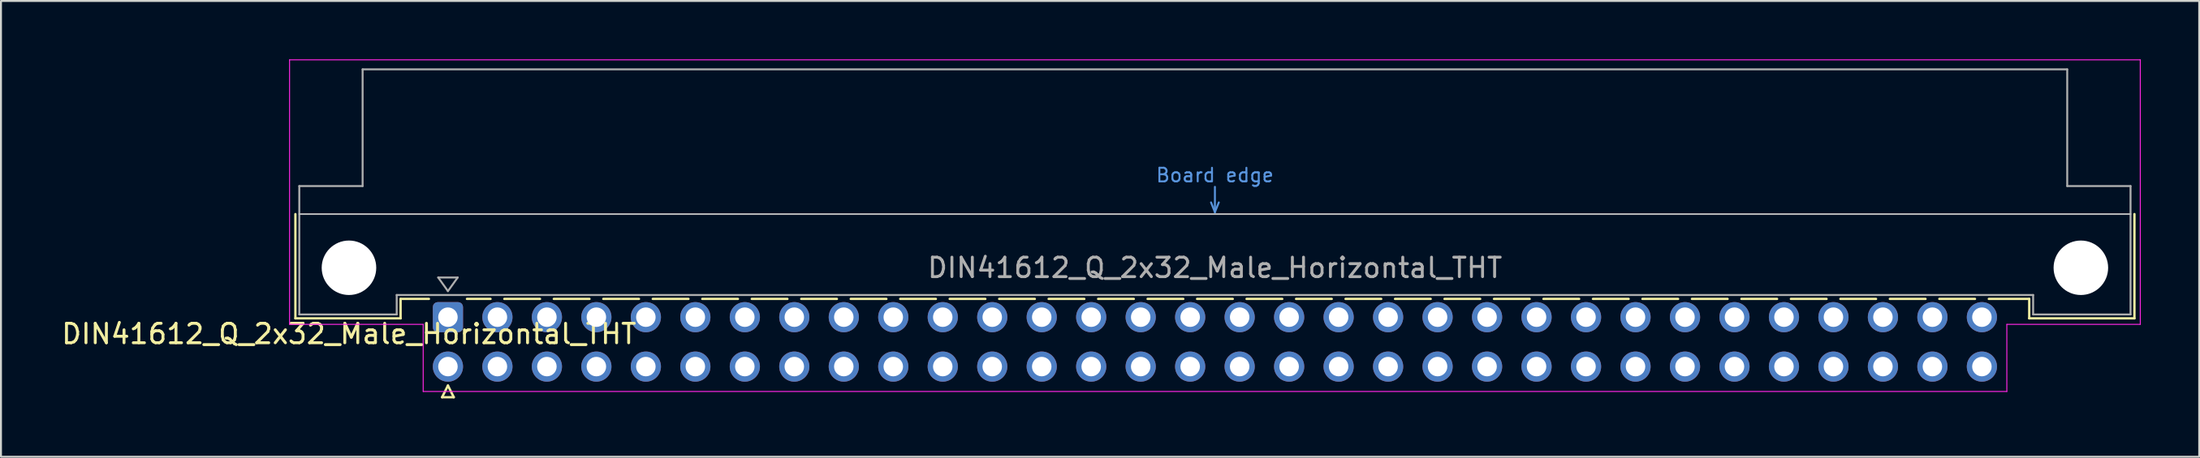
<source format=kicad_pcb>
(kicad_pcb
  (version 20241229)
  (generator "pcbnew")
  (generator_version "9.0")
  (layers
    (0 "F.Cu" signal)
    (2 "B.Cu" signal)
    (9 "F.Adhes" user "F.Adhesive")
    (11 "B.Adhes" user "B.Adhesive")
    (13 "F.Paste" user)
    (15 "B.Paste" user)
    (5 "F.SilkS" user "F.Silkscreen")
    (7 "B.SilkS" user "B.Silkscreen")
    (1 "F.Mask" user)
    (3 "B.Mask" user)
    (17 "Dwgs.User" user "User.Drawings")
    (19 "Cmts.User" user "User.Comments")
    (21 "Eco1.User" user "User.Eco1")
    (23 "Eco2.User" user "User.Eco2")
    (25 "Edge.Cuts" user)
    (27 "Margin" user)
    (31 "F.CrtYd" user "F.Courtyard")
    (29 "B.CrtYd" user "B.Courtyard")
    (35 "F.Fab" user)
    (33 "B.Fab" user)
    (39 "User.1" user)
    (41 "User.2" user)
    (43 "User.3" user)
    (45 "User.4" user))
  (footprint "DIN41612_Q_2x32_Male_Horizontal_THT"
    (layer "F.Cu")
    (at 19.943 13.255)
    (property "Reference" "DIN41612_Q_2x32_Male_Horizontal_THT" (at -5.08 0.86 0) (layer "F.SilkS") (effects (font (size 1 1) (thickness 0.15))))
    (attr through_hole)
    (fp_line (start -7.83 -5.3) (end -7.83 0.06) (stroke (width 0.12) (type solid)) (layer "F.SilkS"))
    (fp_line (start -7.83 0.06) (end -2.43 0.06) (stroke (width 0.12) (type solid)) (layer "F.SilkS"))
    (fp_line (start -2.431 -0.94) (end -0.976 -0.94) (stroke (width 0.12) (type solid)) (layer "F.SilkS"))
    (fp_line (start -2.43 0.06) (end -2.43 -0.94) (stroke (width 0.12) (type solid)) (layer "F.SilkS"))
    (fp_line (start -0.3 4.115) (end 0.3 4.115) (stroke (width 0.12) (type solid)) (layer "F.SilkS"))
    (fp_line (start 0 3.515) (end -0.3 4.115) (stroke (width 0.12) (type solid)) (layer "F.SilkS"))
    (fp_line (start 0.3 4.115) (end 0 3.515) (stroke (width 0.12) (type solid)) (layer "F.SilkS"))
    (fp_line (start 0.976 -0.94) (end 2.186 -0.94) (stroke (width 0.12) (type solid)) (layer "F.SilkS"))
    (fp_line (start 2.895 -0.94) (end 4.726 -0.94) (stroke (width 0.12) (type solid)) (layer "F.SilkS"))
    (fp_line (start 5.435 -0.94) (end 7.266 -0.94) (stroke (width 0.12) (type solid)) (layer "F.SilkS"))
    (fp_line (start 7.975 -0.94) (end 9.806 -0.94) (stroke (width 0.12) (type solid)) (layer "F.SilkS"))
    (fp_line (start 10.515 -0.94) (end 12.346 -0.94) (stroke (width 0.12) (type solid)) (layer "F.SilkS"))
    (fp_line (start 13.055 -0.94) (end 14.886 -0.94) (stroke (width 0.12) (type solid)) (layer "F.SilkS"))
    (fp_line (start 15.595 -0.94) (end 17.426 -0.94) (stroke (width 0.12) (type solid)) (layer "F.SilkS"))
    (fp_line (start 18.135 -0.94) (end 19.966 -0.94) (stroke (width 0.12) (type solid)) (layer "F.SilkS"))
    (fp_line (start 20.675 -0.94) (end 22.506 -0.94) (stroke (width 0.12) (type solid)) (layer "F.SilkS"))
    (fp_line (start 23.215 -0.94) (end 25.046 -0.94) (stroke (width 0.12) (type solid)) (layer "F.SilkS"))
    (fp_line (start 25.755 -0.94) (end 27.586 -0.94) (stroke (width 0.12) (type solid)) (layer "F.SilkS"))
    (fp_line (start 28.295 -0.94) (end 30.126 -0.94) (stroke (width 0.12) (type solid)) (layer "F.SilkS"))
    (fp_line (start 30.835 -0.94) (end 32.666 -0.94) (stroke (width 0.12) (type solid)) (layer "F.SilkS"))
    (fp_line (start 33.375 -0.94) (end 35.206 -0.94) (stroke (width 0.12) (type solid)) (layer "F.SilkS"))
    (fp_line (start 35.915 -0.94) (end 37.746 -0.94) (stroke (width 0.12) (type solid)) (layer "F.SilkS"))
    (fp_line (start 38.455 -0.94) (end 40.286 -0.94) (stroke (width 0.12) (type solid)) (layer "F.SilkS"))
    (fp_line (start 40.995 -0.94) (end 42.826 -0.94) (stroke (width 0.12) (type solid)) (layer "F.SilkS"))
    (fp_line (start 43.535 -0.94) (end 45.366 -0.94) (stroke (width 0.12) (type solid)) (layer "F.SilkS"))
    (fp_line (start 46.075 -0.94) (end 47.906 -0.94) (stroke (width 0.12) (type solid)) (layer "F.SilkS"))
    (fp_line (start 48.615 -0.94) (end 50.446 -0.94) (stroke (width 0.12) (type solid)) (layer "F.SilkS"))
    (fp_line (start 51.155 -0.94) (end 52.986 -0.94) (stroke (width 0.12) (type solid)) (layer "F.SilkS"))
    (fp_line (start 53.695 -0.94) (end 55.526 -0.94) (stroke (width 0.12) (type solid)) (layer "F.SilkS"))
    (fp_line (start 56.235 -0.94) (end 58.066 -0.94) (stroke (width 0.12) (type solid)) (layer "F.SilkS"))
    (fp_line (start 58.775 -0.94) (end 60.606 -0.94) (stroke (width 0.12) (type solid)) (layer "F.SilkS"))
    (fp_line (start 61.315 -0.94) (end 63.146 -0.94) (stroke (width 0.12) (type solid)) (layer "F.SilkS"))
    (fp_line (start 63.855 -0.94) (end 65.686 -0.94) (stroke (width 0.12) (type solid)) (layer "F.SilkS"))
    (fp_line (start 66.395 -0.94) (end 68.226 -0.94) (stroke (width 0.12) (type solid)) (layer "F.SilkS"))
    (fp_line (start 68.935 -0.94) (end 70.766 -0.94) (stroke (width 0.12) (type solid)) (layer "F.SilkS"))
    (fp_line (start 71.475 -0.94) (end 73.306 -0.94) (stroke (width 0.12) (type solid)) (layer "F.SilkS"))
    (fp_line (start 74.015 -0.94) (end 75.846 -0.94) (stroke (width 0.12) (type solid)) (layer "F.SilkS"))
    (fp_line (start 76.555 -0.94) (end 78.386 -0.94) (stroke (width 0.12) (type solid)) (layer "F.SilkS"))
    (fp_line (start 79.095 -0.94) (end 81.17 -0.94) (stroke (width 0.12) (type solid)) (layer "F.SilkS"))
    (fp_line (start 81.17 0.06) (end 81.17 -0.94) (stroke (width 0.12) (type solid)) (layer "F.SilkS"))
    (fp_line (start 86.57 -5.3) (end 86.57 0.06) (stroke (width 0.12) (type solid)) (layer "F.SilkS"))
    (fp_line (start 86.57 0.06) (end 81.17 0.06) (stroke (width 0.12) (type solid)) (layer "F.SilkS"))
    (fp_line (start -7.63 -5.3) (end 86.37 -5.3) (stroke (width 0.08) (type solid)) (layer "Dwgs.User"))
    (fp_line (start 39.17 -5.9) (end 39.37 -5.4) (stroke (width 0.1) (type solid)) (layer "Cmts.User"))
    (fp_line (start 39.37 -5.4) (end 39.37 -6.7) (stroke (width 0.1) (type solid)) (layer "Cmts.User"))
    (fp_line (start 39.37 -5.4) (end 39.57 -5.9) (stroke (width 0.1) (type solid)) (layer "Cmts.User"))
    (fp_line (start -8.13 -13.23) (end -8.13 0.37) (stroke (width 0.05) (type solid)) (layer "F.CrtYd"))
    (fp_line (start -8.13 0.37) (end -1.27 0.37) (stroke (width 0.05) (type solid)) (layer "F.CrtYd"))
    (fp_line (start -1.27 0.37) (end -1.27 3.82) (stroke (width 0.05) (type solid)) (layer "F.CrtYd"))
    (fp_line (start -1.27 3.82) (end 80.02 3.82) (stroke (width 0.05) (type solid)) (layer "F.CrtYd"))
    (fp_line (start 80.02 0.37) (end 86.87 0.37) (stroke (width 0.05) (type solid)) (layer "F.CrtYd"))
    (fp_line (start 80.02 3.82) (end 80.02 0.37) (stroke (width 0.05) (type solid)) (layer "F.CrtYd"))
    (fp_line (start 86.87 -13.23) (end -8.13 -13.23) (stroke (width 0.05) (type solid)) (layer "F.CrtYd"))
    (fp_line (start 86.87 0.37) (end 86.87 -13.23) (stroke (width 0.05) (type solid)) (layer "F.CrtYd"))
    (fp_line (start -7.63 -6.74) (end -7.63 -0.14) (stroke (width 0.1) (type solid)) (layer "F.Fab"))
    (fp_line (start -7.63 -0.14) (end -2.63 -0.14) (stroke (width 0.1) (type solid)) (layer "F.Fab"))
    (fp_line (start -4.38 -12.74) (end -4.38 -6.74) (stroke (width 0.1) (type solid)) (layer "F.Fab"))
    (fp_line (start -4.38 -6.74) (end -7.63 -6.74) (stroke (width 0.1) (type solid)) (layer "F.Fab"))
    (fp_line (start -2.63 -1.14) (end 81.37 -1.14) (stroke (width 0.1) (type solid)) (layer "F.Fab"))
    (fp_line (start -2.63 -0.14) (end -2.63 -1.14) (stroke (width 0.1) (type solid)) (layer "F.Fab"))
    (fp_line (start -0.5 -2.04) (end 0.5 -2.04) (stroke (width 0.1) (type solid)) (layer "F.Fab"))
    (fp_line (start 0 -1.34) (end -0.5 -2.04) (stroke (width 0.1) (type solid)) (layer "F.Fab"))
    (fp_line (start 0.5 -2.04) (end 0 -1.34) (stroke (width 0.1) (type solid)) (layer "F.Fab"))
    (fp_line (start 81.37 -1.14) (end 81.37 -0.14) (stroke (width 0.1) (type solid)) (layer "F.Fab"))
    (fp_line (start 81.37 -0.14) (end 86.37 -0.14) (stroke (width 0.1) (type solid)) (layer "F.Fab"))
    (fp_line (start 83.12 -12.74) (end -4.38 -12.74) (stroke (width 0.1) (type solid)) (layer "F.Fab"))
    (fp_line (start 83.12 -6.74) (end 83.12 -12.74) (stroke (width 0.1) (type solid)) (layer "F.Fab"))
    (fp_line (start 86.37 -6.74) (end 83.12 -6.74) (stroke (width 0.1) (type solid)) (layer "F.Fab"))
    (fp_line (start 86.37 -0.14) (end 86.37 -6.74) (stroke (width 0.1) (type solid)) (layer "F.Fab"))
    (fp_text user "Board edge" (at 39.37 -7.3 0) (layer "Cmts.User") (effects (font (size 0.7 0.7) (thickness 0.1))))
    (fp_text user "${REFERENCE}" (at 39.37 -2.54 0) (layer "F.Fab") (effects (font (size 1 1) (thickness 0.15))))
    (pad "" np_thru_hole circle (at -5.08 -2.54) (size 2.8 2.8) (drill 2.8) (layers "*.Cu" "*.Mask"))
    (pad "" np_thru_hole circle (at 83.82 -2.54) (size 2.8 2.8) (drill 2.8) (layers "*.Cu" "*.Mask"))
    (pad "a1" thru_hole roundrect (at 0 0) (size 1.55 1.55) (drill 1) (layers "*.Cu" "*.Mask") (roundrect_rratio 0.161))
    (pad "a2" thru_hole circle (at 2.54 0) (size 1.55 1.55) (drill 1) (layers "*.Cu" "*.Mask"))
    (pad "a3" thru_hole circle (at 5.08 0) (size 1.55 1.55) (drill 1) (layers "*.Cu" "*.Mask"))
    (pad "a4" thru_hole circle (at 7.62 0) (size 1.55 1.55) (drill 1) (layers "*.Cu" "*.Mask"))
    (pad "a5" thru_hole circle (at 10.16 0) (size 1.55 1.55) (drill 1) (layers "*.Cu" "*.Mask"))
    (pad "a6" thru_hole circle (at 12.7 0) (size 1.55 1.55) (drill 1) (layers "*.Cu" "*.Mask"))
    (pad "a7" thru_hole circle (at 15.24 0) (size 1.55 1.55) (drill 1) (layers "*.Cu" "*.Mask"))
    (pad "a8" thru_hole circle (at 17.78 0) (size 1.55 1.55) (drill 1) (layers "*.Cu" "*.Mask"))
    (pad "a9" thru_hole circle (at 20.32 0) (size 1.55 1.55) (drill 1) (layers "*.Cu" "*.Mask"))
    (pad "a10" thru_hole circle (at 22.86 0) (size 1.55 1.55) (drill 1) (layers "*.Cu" "*.Mask"))
    (pad "a11" thru_hole circle (at 25.4 0) (size 1.55 1.55) (drill 1) (layers "*.Cu" "*.Mask"))
    (pad "a12" thru_hole circle (at 27.94 0) (size 1.55 1.55) (drill 1) (layers "*.Cu" "*.Mask"))
    (pad "a13" thru_hole circle (at 30.48 0) (size 1.55 1.55) (drill 1) (layers "*.Cu" "*.Mask"))
    (pad "a14" thru_hole circle (at 33.02 0) (size 1.55 1.55) (drill 1) (layers "*.Cu" "*.Mask"))
    (pad "a15" thru_hole circle (at 35.56 0) (size 1.55 1.55) (drill 1) (layers "*.Cu" "*.Mask"))
    (pad "a16" thru_hole circle (at 38.1 0) (size 1.55 1.55) (drill 1) (layers "*.Cu" "*.Mask"))
    (pad "a17" thru_hole circle (at 40.64 0) (size 1.55 1.55) (drill 1) (layers "*.Cu" "*.Mask"))
    (pad "a18" thru_hole circle (at 43.18 0) (size 1.55 1.55) (drill 1) (layers "*.Cu" "*.Mask"))
    (pad "a19" thru_hole circle (at 45.72 0) (size 1.55 1.55) (drill 1) (layers "*.Cu" "*.Mask"))
    (pad "a20" thru_hole circle (at 48.26 0) (size 1.55 1.55) (drill 1) (layers "*.Cu" "*.Mask"))
    (pad "a21" thru_hole circle (at 50.8 0) (size 1.55 1.55) (drill 1) (layers "*.Cu" "*.Mask"))
    (pad "a22" thru_hole circle (at 53.34 0) (size 1.55 1.55) (drill 1) (layers "*.Cu" "*.Mask"))
    (pad "a23" thru_hole circle (at 55.88 0) (size 1.55 1.55) (drill 1) (layers "*.Cu" "*.Mask"))
    (pad "a24" thru_hole circle (at 58.42 0) (size 1.55 1.55) (drill 1) (layers "*.Cu" "*.Mask"))
    (pad "a25" thru_hole circle (at 60.96 0) (size 1.55 1.55) (drill 1) (layers "*.Cu" "*.Mask"))
    (pad "a26" thru_hole circle (at 63.5 0) (size 1.55 1.55) (drill 1) (layers "*.Cu" "*.Mask"))
    (pad "a27" thru_hole circle (at 66.04 0) (size 1.55 1.55) (drill 1) (layers "*.Cu" "*.Mask"))
    (pad "a28" thru_hole circle (at 68.58 0) (size 1.55 1.55) (drill 1) (layers "*.Cu" "*.Mask"))
    (pad "a29" thru_hole circle (at 71.12 0) (size 1.55 1.55) (drill 1) (layers "*.Cu" "*.Mask"))
    (pad "a30" thru_hole circle (at 73.66 0) (size 1.55 1.55) (drill 1) (layers "*.Cu" "*.Mask"))
    (pad "a31" thru_hole circle (at 76.2 0) (size 1.55 1.55) (drill 1) (layers "*.Cu" "*.Mask"))
    (pad "a32" thru_hole circle (at 78.74 0) (size 1.55 1.55) (drill 1) (layers "*.Cu" "*.Mask"))
    (pad "b1" thru_hole circle (at 0 2.54) (size 1.55 1.55) (drill 1) (layers "*.Cu" "*.Mask"))
    (pad "b2" thru_hole circle (at 2.54 2.54) (size 1.55 1.55) (drill 1) (layers "*.Cu" "*.Mask"))
    (pad "b3" thru_hole circle (at 5.08 2.54) (size 1.55 1.55) (drill 1) (layers "*.Cu" "*.Mask"))
    (pad "b4" thru_hole circle (at 7.62 2.54) (size 1.55 1.55) (drill 1) (layers "*.Cu" "*.Mask"))
    (pad "b5" thru_hole circle (at 10.16 2.54) (size 1.55 1.55) (drill 1) (layers "*.Cu" "*.Mask"))
    (pad "b6" thru_hole circle (at 12.7 2.54) (size 1.55 1.55) (drill 1) (layers "*.Cu" "*.Mask"))
    (pad "b7" thru_hole circle (at 15.24 2.54) (size 1.55 1.55) (drill 1) (layers "*.Cu" "*.Mask"))
    (pad "b8" thru_hole circle (at 17.78 2.54) (size 1.55 1.55) (drill 1) (layers "*.Cu" "*.Mask"))
    (pad "b9" thru_hole circle (at 20.32 2.54) (size 1.55 1.55) (drill 1) (layers "*.Cu" "*.Mask"))
    (pad "b10" thru_hole circle (at 22.86 2.54) (size 1.55 1.55) (drill 1) (layers "*.Cu" "*.Mask"))
    (pad "b11" thru_hole circle (at 25.4 2.54) (size 1.55 1.55) (drill 1) (layers "*.Cu" "*.Mask"))
    (pad "b12" thru_hole circle (at 27.94 2.54) (size 1.55 1.55) (drill 1) (layers "*.Cu" "*.Mask"))
    (pad "b13" thru_hole circle (at 30.48 2.54) (size 1.55 1.55) (drill 1) (layers "*.Cu" "*.Mask"))
    (pad "b14" thru_hole circle (at 33.02 2.54) (size 1.55 1.55) (drill 1) (layers "*.Cu" "*.Mask"))
    (pad "b15" thru_hole circle (at 35.56 2.54) (size 1.55 1.55) (drill 1) (layers "*.Cu" "*.Mask"))
    (pad "b16" thru_hole circle (at 38.1 2.54) (size 1.55 1.55) (drill 1) (layers "*.Cu" "*.Mask"))
    (pad "b17" thru_hole circle (at 40.64 2.54) (size 1.55 1.55) (drill 1) (layers "*.Cu" "*.Mask"))
    (pad "b18" thru_hole circle (at 43.18 2.54) (size 1.55 1.55) (drill 1) (layers "*.Cu" "*.Mask"))
    (pad "b19" thru_hole circle (at 45.72 2.54) (size 1.55 1.55) (drill 1) (layers "*.Cu" "*.Mask"))
    (pad "b20" thru_hole circle (at 48.26 2.54) (size 1.55 1.55) (drill 1) (layers "*.Cu" "*.Mask"))
    (pad "b21" thru_hole circle (at 50.8 2.54) (size 1.55 1.55) (drill 1) (layers "*.Cu" "*.Mask"))
    (pad "b22" thru_hole circle (at 53.34 2.54) (size 1.55 1.55) (drill 1) (layers "*.Cu" "*.Mask"))
    (pad "b23" thru_hole circle (at 55.88 2.54) (size 1.55 1.55) (drill 1) (layers "*.Cu" "*.Mask"))
    (pad "b24" thru_hole circle (at 58.42 2.54) (size 1.55 1.55) (drill 1) (layers "*.Cu" "*.Mask"))
    (pad "b25" thru_hole circle (at 60.96 2.54) (size 1.55 1.55) (drill 1) (layers "*.Cu" "*.Mask"))
    (pad "b26" thru_hole circle (at 63.5 2.54) (size 1.55 1.55) (drill 1) (layers "*.Cu" "*.Mask"))
    (pad "b27" thru_hole circle (at 66.04 2.54) (size 1.55 1.55) (drill 1) (layers "*.Cu" "*.Mask"))
    (pad "b28" thru_hole circle (at 68.58 2.54) (size 1.55 1.55) (drill 1) (layers "*.Cu" "*.Mask"))
    (pad "b29" thru_hole circle (at 71.12 2.54) (size 1.55 1.55) (drill 1) (layers "*.Cu" "*.Mask"))
    (pad "b30" thru_hole circle (at 73.66 2.54) (size 1.55 1.55) (drill 1) (layers "*.Cu" "*.Mask"))
    (pad "b31" thru_hole circle (at 76.2 2.54) (size 1.55 1.55) (drill 1) (layers "*.Cu" "*.Mask"))
    (pad "b32" thru_hole circle (at 78.74 2.54) (size 1.55 1.55) (drill 1) (layers "*.Cu" "*.Mask")))
  (gr_rect
    (start -3 -3)
    (end 109.838 20.43)
    (stroke (width 0.1) (type default))
    (fill no)
    (layer "Edge.Cuts")))
</source>
